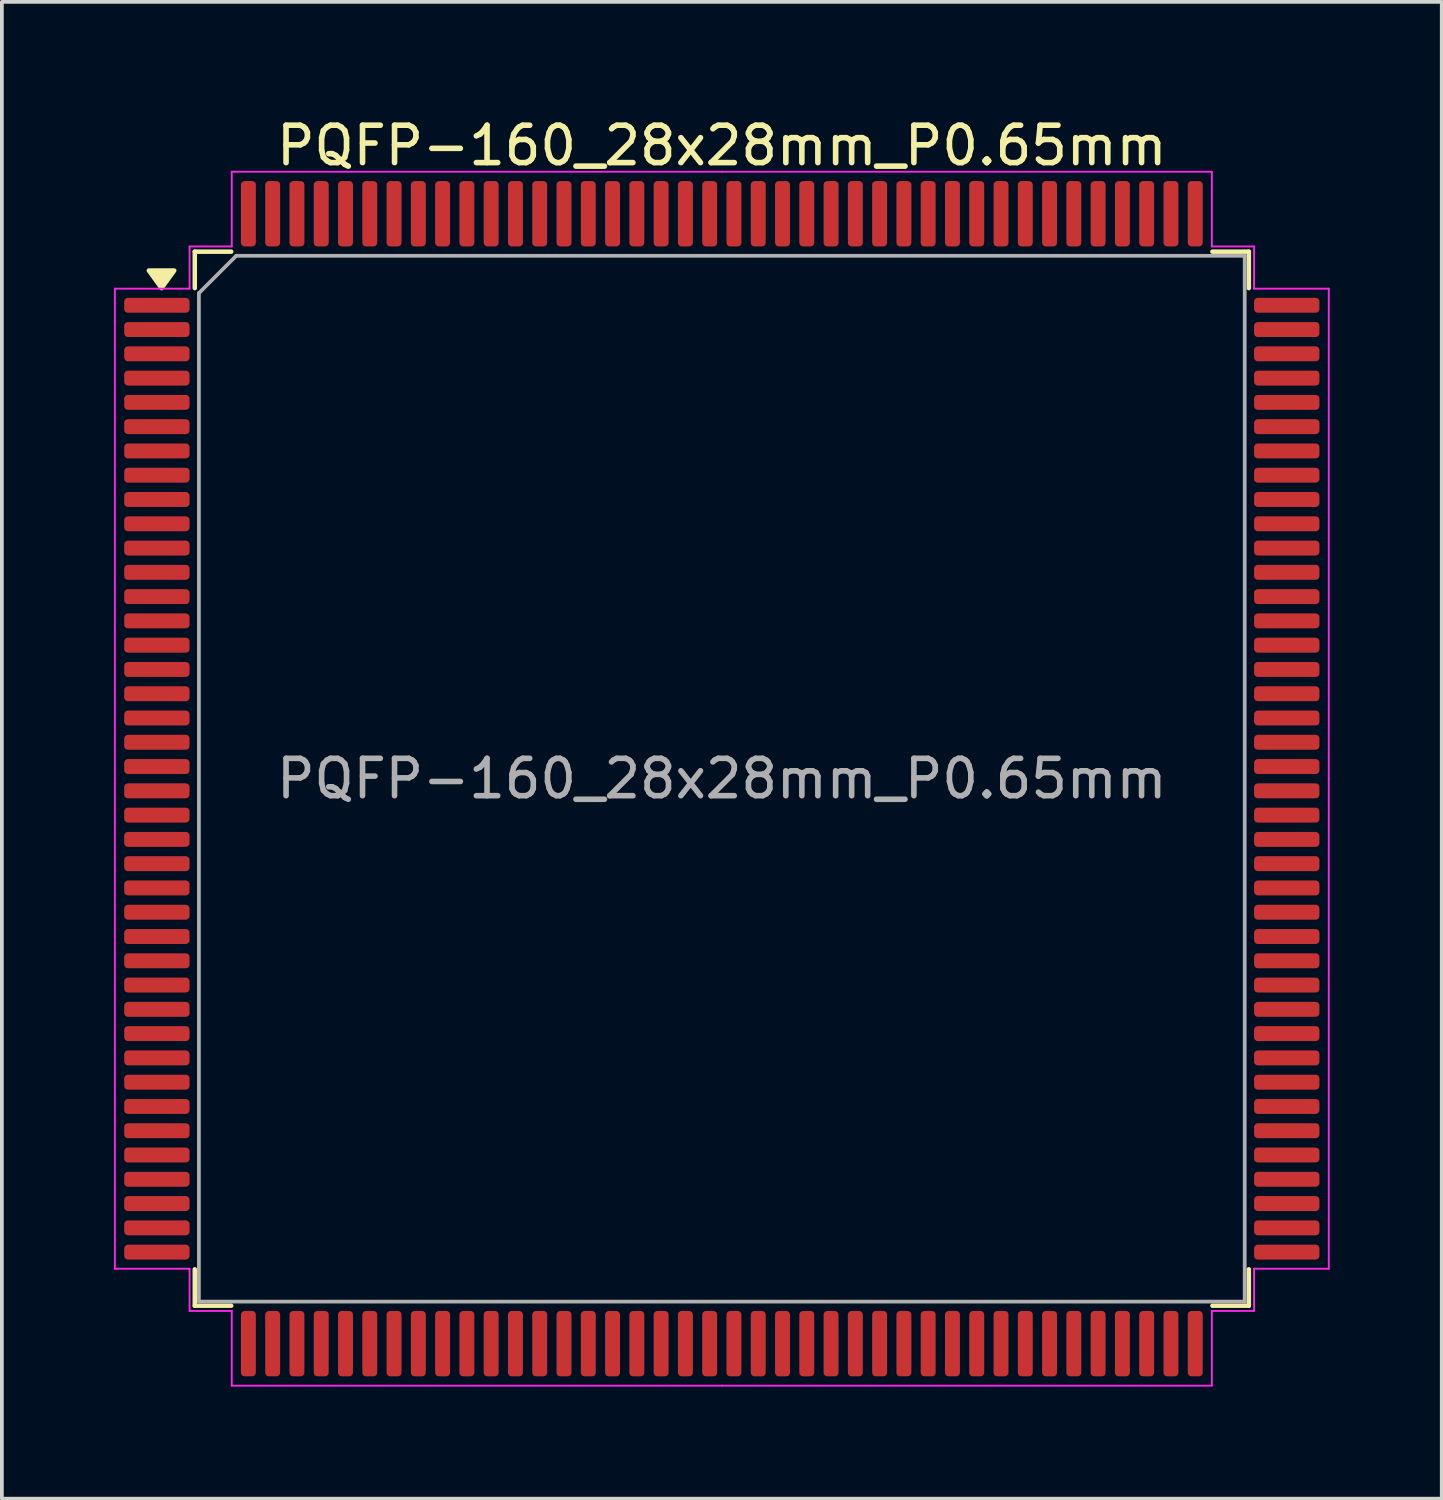
<source format=kicad_pcb>
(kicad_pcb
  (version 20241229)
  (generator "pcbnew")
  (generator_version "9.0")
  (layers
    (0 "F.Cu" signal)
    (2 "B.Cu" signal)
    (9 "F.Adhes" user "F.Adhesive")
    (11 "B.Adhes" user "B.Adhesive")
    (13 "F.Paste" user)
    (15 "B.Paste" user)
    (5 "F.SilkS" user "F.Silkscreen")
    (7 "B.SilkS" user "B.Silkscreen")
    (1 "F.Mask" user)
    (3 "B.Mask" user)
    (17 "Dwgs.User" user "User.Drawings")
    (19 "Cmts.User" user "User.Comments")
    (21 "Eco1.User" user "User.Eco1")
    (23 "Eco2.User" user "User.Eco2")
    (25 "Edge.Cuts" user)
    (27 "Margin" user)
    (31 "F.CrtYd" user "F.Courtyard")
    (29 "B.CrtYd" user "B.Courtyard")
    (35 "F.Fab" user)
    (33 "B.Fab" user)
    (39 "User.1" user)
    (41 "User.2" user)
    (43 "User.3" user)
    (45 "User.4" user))
  (footprint "PQFP-160_28x28mm_P0.65mm"
    (layer "F.Cu")
    (at 16.275 17.798)
    (property "Reference" "PQFP-160_28x28mm_P0.65mm" (at 0 -16.95 0) (layer "F.SilkS") (effects (font (size 1 1) (thickness 0.15))))
    (attr smd)
    (fp_line (start -14.11 -14.11) (end -14.11 -13.135) (stroke (width 0.12) (type solid)) (layer "F.SilkS"))
    (fp_line (start -14.11 14.11) (end -14.11 13.135) (stroke (width 0.12) (type solid)) (layer "F.SilkS"))
    (fp_line (start -13.135 -14.11) (end -14.11 -14.11) (stroke (width 0.12) (type solid)) (layer "F.SilkS"))
    (fp_line (start -13.135 14.11) (end -14.11 14.11) (stroke (width 0.12) (type solid)) (layer "F.SilkS"))
    (fp_line (start 13.135 -14.11) (end 14.11 -14.11) (stroke (width 0.12) (type solid)) (layer "F.SilkS"))
    (fp_line (start 13.135 14.11) (end 14.11 14.11) (stroke (width 0.12) (type solid)) (layer "F.SilkS"))
    (fp_line (start 14.11 -14.11) (end 14.11 -13.135) (stroke (width 0.12) (type solid)) (layer "F.SilkS"))
    (fp_line (start 14.11 14.11) (end 14.11 13.135) (stroke (width 0.12) (type solid)) (layer "F.SilkS"))
    (fp_poly (pts (xy -15 -13.135) (xy -15.34 -13.605) (xy -14.66 -13.605) (xy -15 -13.135)) (stroke (width 0.12) (type solid)) (fill yes) (layer "F.SilkS"))
    (fp_line (start -16.25 -13.12) (end -16.25 0) (stroke (width 0.05) (type solid)) (layer "F.CrtYd"))
    (fp_line (start -16.25 13.12) (end -16.25 0) (stroke (width 0.05) (type solid)) (layer "F.CrtYd"))
    (fp_line (start -14.25 -14.25) (end -14.25 -13.12) (stroke (width 0.05) (type solid)) (layer "F.CrtYd"))
    (fp_line (start -14.25 -13.12) (end -16.25 -13.12) (stroke (width 0.05) (type solid)) (layer "F.CrtYd"))
    (fp_line (start -14.25 13.12) (end -16.25 13.12) (stroke (width 0.05) (type solid)) (layer "F.CrtYd"))
    (fp_line (start -14.25 14.25) (end -14.25 13.12) (stroke (width 0.05) (type solid)) (layer "F.CrtYd"))
    (fp_line (start -13.12 -16.25) (end -13.12 -14.25) (stroke (width 0.05) (type solid)) (layer "F.CrtYd"))
    (fp_line (start -13.12 -14.25) (end -14.25 -14.25) (stroke (width 0.05) (type solid)) (layer "F.CrtYd"))
    (fp_line (start -13.12 14.25) (end -14.25 14.25) (stroke (width 0.05) (type solid)) (layer "F.CrtYd"))
    (fp_line (start -13.12 16.25) (end -13.12 14.25) (stroke (width 0.05) (type solid)) (layer "F.CrtYd"))
    (fp_line (start 0 -16.25) (end -13.12 -16.25) (stroke (width 0.05) (type solid)) (layer "F.CrtYd"))
    (fp_line (start 0 -16.25) (end 13.12 -16.25) (stroke (width 0.05) (type solid)) (layer "F.CrtYd"))
    (fp_line (start 0 16.25) (end -13.12 16.25) (stroke (width 0.05) (type solid)) (layer "F.CrtYd"))
    (fp_line (start 0 16.25) (end 13.12 16.25) (stroke (width 0.05) (type solid)) (layer "F.CrtYd"))
    (fp_line (start 13.12 -16.25) (end 13.12 -14.25) (stroke (width 0.05) (type solid)) (layer "F.CrtYd"))
    (fp_line (start 13.12 -14.25) (end 14.25 -14.25) (stroke (width 0.05) (type solid)) (layer "F.CrtYd"))
    (fp_line (start 13.12 14.25) (end 14.25 14.25) (stroke (width 0.05) (type solid)) (layer "F.CrtYd"))
    (fp_line (start 13.12 16.25) (end 13.12 14.25) (stroke (width 0.05) (type solid)) (layer "F.CrtYd"))
    (fp_line (start 14.25 -14.25) (end 14.25 -13.12) (stroke (width 0.05) (type solid)) (layer "F.CrtYd"))
    (fp_line (start 14.25 -13.12) (end 16.25 -13.12) (stroke (width 0.05) (type solid)) (layer "F.CrtYd"))
    (fp_line (start 14.25 13.12) (end 16.25 13.12) (stroke (width 0.05) (type solid)) (layer "F.CrtYd"))
    (fp_line (start 14.25 14.25) (end 14.25 13.12) (stroke (width 0.05) (type solid)) (layer "F.CrtYd"))
    (fp_line (start 16.25 -13.12) (end 16.25 0) (stroke (width 0.05) (type solid)) (layer "F.CrtYd"))
    (fp_line (start 16.25 13.12) (end 16.25 0) (stroke (width 0.05) (type solid)) (layer "F.CrtYd"))
    (fp_line (start -14 -13) (end -13 -14) (stroke (width 0.1) (type solid)) (layer "F.Fab"))
    (fp_line (start -14 14) (end -14 -13) (stroke (width 0.1) (type solid)) (layer "F.Fab"))
    (fp_line (start -13 -14) (end 14 -14) (stroke (width 0.1) (type solid)) (layer "F.Fab"))
    (fp_line (start 14 -14) (end 14 14) (stroke (width 0.1) (type solid)) (layer "F.Fab"))
    (fp_line (start 14 14) (end -14 14) (stroke (width 0.1) (type solid)) (layer "F.Fab"))
    (fp_text user "${REFERENCE}" (at 0 0 0) (layer "F.Fab") (effects (font (size 1 1) (thickness 0.15))))
    (pad "1" smd roundrect (at -15.125 -12.675) (size 1.75 0.4) (layers "F.Cu" "F.Mask" "F.Paste") (roundrect_rratio 0.25))
    (pad "2" smd roundrect (at -15.125 -12.025) (size 1.75 0.4) (layers "F.Cu" "F.Mask" "F.Paste") (roundrect_rratio 0.25))
    (pad "3" smd roundrect (at -15.125 -11.375) (size 1.75 0.4) (layers "F.Cu" "F.Mask" "F.Paste") (roundrect_rratio 0.25))
    (pad "4" smd roundrect (at -15.125 -10.725) (size 1.75 0.4) (layers "F.Cu" "F.Mask" "F.Paste") (roundrect_rratio 0.25))
    (pad "5" smd roundrect (at -15.125 -10.075) (size 1.75 0.4) (layers "F.Cu" "F.Mask" "F.Paste") (roundrect_rratio 0.25))
    (pad "6" smd roundrect (at -15.125 -9.425) (size 1.75 0.4) (layers "F.Cu" "F.Mask" "F.Paste") (roundrect_rratio 0.25))
    (pad "7" smd roundrect (at -15.125 -8.775) (size 1.75 0.4) (layers "F.Cu" "F.Mask" "F.Paste") (roundrect_rratio 0.25))
    (pad "8" smd roundrect (at -15.125 -8.125) (size 1.75 0.4) (layers "F.Cu" "F.Mask" "F.Paste") (roundrect_rratio 0.25))
    (pad "9" smd roundrect (at -15.125 -7.475) (size 1.75 0.4) (layers "F.Cu" "F.Mask" "F.Paste") (roundrect_rratio 0.25))
    (pad "10" smd roundrect (at -15.125 -6.825) (size 1.75 0.4) (layers "F.Cu" "F.Mask" "F.Paste") (roundrect_rratio 0.25))
    (pad "11" smd roundrect (at -15.125 -6.175) (size 1.75 0.4) (layers "F.Cu" "F.Mask" "F.Paste") (roundrect_rratio 0.25))
    (pad "12" smd roundrect (at -15.125 -5.525) (size 1.75 0.4) (layers "F.Cu" "F.Mask" "F.Paste") (roundrect_rratio 0.25))
    (pad "13" smd roundrect (at -15.125 -4.875) (size 1.75 0.4) (layers "F.Cu" "F.Mask" "F.Paste") (roundrect_rratio 0.25))
    (pad "14" smd roundrect (at -15.125 -4.225) (size 1.75 0.4) (layers "F.Cu" "F.Mask" "F.Paste") (roundrect_rratio 0.25))
    (pad "15" smd roundrect (at -15.125 -3.575) (size 1.75 0.4) (layers "F.Cu" "F.Mask" "F.Paste") (roundrect_rratio 0.25))
    (pad "16" smd roundrect (at -15.125 -2.925) (size 1.75 0.4) (layers "F.Cu" "F.Mask" "F.Paste") (roundrect_rratio 0.25))
    (pad "17" smd roundrect (at -15.125 -2.275) (size 1.75 0.4) (layers "F.Cu" "F.Mask" "F.Paste") (roundrect_rratio 0.25))
    (pad "18" smd roundrect (at -15.125 -1.625) (size 1.75 0.4) (layers "F.Cu" "F.Mask" "F.Paste") (roundrect_rratio 0.25))
    (pad "19" smd roundrect (at -15.125 -0.975) (size 1.75 0.4) (layers "F.Cu" "F.Mask" "F.Paste") (roundrect_rratio 0.25))
    (pad "20" smd roundrect (at -15.125 -0.325) (size 1.75 0.4) (layers "F.Cu" "F.Mask" "F.Paste") (roundrect_rratio 0.25))
    (pad "21" smd roundrect (at -15.125 0.325) (size 1.75 0.4) (layers "F.Cu" "F.Mask" "F.Paste") (roundrect_rratio 0.25))
    (pad "22" smd roundrect (at -15.125 0.975) (size 1.75 0.4) (layers "F.Cu" "F.Mask" "F.Paste") (roundrect_rratio 0.25))
    (pad "23" smd roundrect (at -15.125 1.625) (size 1.75 0.4) (layers "F.Cu" "F.Mask" "F.Paste") (roundrect_rratio 0.25))
    (pad "24" smd roundrect (at -15.125 2.275) (size 1.75 0.4) (layers "F.Cu" "F.Mask" "F.Paste") (roundrect_rratio 0.25))
    (pad "25" smd roundrect (at -15.125 2.925) (size 1.75 0.4) (layers "F.Cu" "F.Mask" "F.Paste") (roundrect_rratio 0.25))
    (pad "26" smd roundrect (at -15.125 3.575) (size 1.75 0.4) (layers "F.Cu" "F.Mask" "F.Paste") (roundrect_rratio 0.25))
    (pad "27" smd roundrect (at -15.125 4.225) (size 1.75 0.4) (layers "F.Cu" "F.Mask" "F.Paste") (roundrect_rratio 0.25))
    (pad "28" smd roundrect (at -15.125 4.875) (size 1.75 0.4) (layers "F.Cu" "F.Mask" "F.Paste") (roundrect_rratio 0.25))
    (pad "29" smd roundrect (at -15.125 5.525) (size 1.75 0.4) (layers "F.Cu" "F.Mask" "F.Paste") (roundrect_rratio 0.25))
    (pad "30" smd roundrect (at -15.125 6.175) (size 1.75 0.4) (layers "F.Cu" "F.Mask" "F.Paste") (roundrect_rratio 0.25))
    (pad "31" smd roundrect (at -15.125 6.825) (size 1.75 0.4) (layers "F.Cu" "F.Mask" "F.Paste") (roundrect_rratio 0.25))
    (pad "32" smd roundrect (at -15.125 7.475) (size 1.75 0.4) (layers "F.Cu" "F.Mask" "F.Paste") (roundrect_rratio 0.25))
    (pad "33" smd roundrect (at -15.125 8.125) (size 1.75 0.4) (layers "F.Cu" "F.Mask" "F.Paste") (roundrect_rratio 0.25))
    (pad "34" smd roundrect (at -15.125 8.775) (size 1.75 0.4) (layers "F.Cu" "F.Mask" "F.Paste") (roundrect_rratio 0.25))
    (pad "35" smd roundrect (at -15.125 9.425) (size 1.75 0.4) (layers "F.Cu" "F.Mask" "F.Paste") (roundrect_rratio 0.25))
    (pad "36" smd roundrect (at -15.125 10.075) (size 1.75 0.4) (layers "F.Cu" "F.Mask" "F.Paste") (roundrect_rratio 0.25))
    (pad "37" smd roundrect (at -15.125 10.725) (size 1.75 0.4) (layers "F.Cu" "F.Mask" "F.Paste") (roundrect_rratio 0.25))
    (pad "38" smd roundrect (at -15.125 11.375) (size 1.75 0.4) (layers "F.Cu" "F.Mask" "F.Paste") (roundrect_rratio 0.25))
    (pad "39" smd roundrect (at -15.125 12.025) (size 1.75 0.4) (layers "F.Cu" "F.Mask" "F.Paste") (roundrect_rratio 0.25))
    (pad "40" smd roundrect (at -15.125 12.675) (size 1.75 0.4) (layers "F.Cu" "F.Mask" "F.Paste") (roundrect_rratio 0.25))
    (pad "41" smd roundrect (at -12.675 15.125) (size 0.4 1.75) (layers "F.Cu" "F.Mask" "F.Paste") (roundrect_rratio 0.25))
    (pad "42" smd roundrect (at -12.025 15.125) (size 0.4 1.75) (layers "F.Cu" "F.Mask" "F.Paste") (roundrect_rratio 0.25))
    (pad "43" smd roundrect (at -11.375 15.125) (size 0.4 1.75) (layers "F.Cu" "F.Mask" "F.Paste") (roundrect_rratio 0.25))
    (pad "44" smd roundrect (at -10.725 15.125) (size 0.4 1.75) (layers "F.Cu" "F.Mask" "F.Paste") (roundrect_rratio 0.25))
    (pad "45" smd roundrect (at -10.075 15.125) (size 0.4 1.75) (layers "F.Cu" "F.Mask" "F.Paste") (roundrect_rratio 0.25))
    (pad "46" smd roundrect (at -9.425 15.125) (size 0.4 1.75) (layers "F.Cu" "F.Mask" "F.Paste") (roundrect_rratio 0.25))
    (pad "47" smd roundrect (at -8.775 15.125) (size 0.4 1.75) (layers "F.Cu" "F.Mask" "F.Paste") (roundrect_rratio 0.25))
    (pad "48" smd roundrect (at -8.125 15.125) (size 0.4 1.75) (layers "F.Cu" "F.Mask" "F.Paste") (roundrect_rratio 0.25))
    (pad "49" smd roundrect (at -7.475 15.125) (size 0.4 1.75) (layers "F.Cu" "F.Mask" "F.Paste") (roundrect_rratio 0.25))
    (pad "50" smd roundrect (at -6.825 15.125) (size 0.4 1.75) (layers "F.Cu" "F.Mask" "F.Paste") (roundrect_rratio 0.25))
    (pad "51" smd roundrect (at -6.175 15.125) (size 0.4 1.75) (layers "F.Cu" "F.Mask" "F.Paste") (roundrect_rratio 0.25))
    (pad "52" smd roundrect (at -5.525 15.125) (size 0.4 1.75) (layers "F.Cu" "F.Mask" "F.Paste") (roundrect_rratio 0.25))
    (pad "53" smd roundrect (at -4.875 15.125) (size 0.4 1.75) (layers "F.Cu" "F.Mask" "F.Paste") (roundrect_rratio 0.25))
    (pad "54" smd roundrect (at -4.225 15.125) (size 0.4 1.75) (layers "F.Cu" "F.Mask" "F.Paste") (roundrect_rratio 0.25))
    (pad "55" smd roundrect (at -3.575 15.125) (size 0.4 1.75) (layers "F.Cu" "F.Mask" "F.Paste") (roundrect_rratio 0.25))
    (pad "56" smd roundrect (at -2.925 15.125) (size 0.4 1.75) (layers "F.Cu" "F.Mask" "F.Paste") (roundrect_rratio 0.25))
    (pad "57" smd roundrect (at -2.275 15.125) (size 0.4 1.75) (layers "F.Cu" "F.Mask" "F.Paste") (roundrect_rratio 0.25))
    (pad "58" smd roundrect (at -1.625 15.125) (size 0.4 1.75) (layers "F.Cu" "F.Mask" "F.Paste") (roundrect_rratio 0.25))
    (pad "59" smd roundrect (at -0.975 15.125) (size 0.4 1.75) (layers "F.Cu" "F.Mask" "F.Paste") (roundrect_rratio 0.25))
    (pad "60" smd roundrect (at -0.325 15.125) (size 0.4 1.75) (layers "F.Cu" "F.Mask" "F.Paste") (roundrect_rratio 0.25))
    (pad "61" smd roundrect (at 0.325 15.125) (size 0.4 1.75) (layers "F.Cu" "F.Mask" "F.Paste") (roundrect_rratio 0.25))
    (pad "62" smd roundrect (at 0.975 15.125) (size 0.4 1.75) (layers "F.Cu" "F.Mask" "F.Paste") (roundrect_rratio 0.25))
    (pad "63" smd roundrect (at 1.625 15.125) (size 0.4 1.75) (layers "F.Cu" "F.Mask" "F.Paste") (roundrect_rratio 0.25))
    (pad "64" smd roundrect (at 2.275 15.125) (size 0.4 1.75) (layers "F.Cu" "F.Mask" "F.Paste") (roundrect_rratio 0.25))
    (pad "65" smd roundrect (at 2.925 15.125) (size 0.4 1.75) (layers "F.Cu" "F.Mask" "F.Paste") (roundrect_rratio 0.25))
    (pad "66" smd roundrect (at 3.575 15.125) (size 0.4 1.75) (layers "F.Cu" "F.Mask" "F.Paste") (roundrect_rratio 0.25))
    (pad "67" smd roundrect (at 4.225 15.125) (size 0.4 1.75) (layers "F.Cu" "F.Mask" "F.Paste") (roundrect_rratio 0.25))
    (pad "68" smd roundrect (at 4.875 15.125) (size 0.4 1.75) (layers "F.Cu" "F.Mask" "F.Paste") (roundrect_rratio 0.25))
    (pad "69" smd roundrect (at 5.525 15.125) (size 0.4 1.75) (layers "F.Cu" "F.Mask" "F.Paste") (roundrect_rratio 0.25))
    (pad "70" smd roundrect (at 6.175 15.125) (size 0.4 1.75) (layers "F.Cu" "F.Mask" "F.Paste") (roundrect_rratio 0.25))
    (pad "71" smd roundrect (at 6.825 15.125) (size 0.4 1.75) (layers "F.Cu" "F.Mask" "F.Paste") (roundrect_rratio 0.25))
    (pad "72" smd roundrect (at 7.475 15.125) (size 0.4 1.75) (layers "F.Cu" "F.Mask" "F.Paste") (roundrect_rratio 0.25))
    (pad "73" smd roundrect (at 8.125 15.125) (size 0.4 1.75) (layers "F.Cu" "F.Mask" "F.Paste") (roundrect_rratio 0.25))
    (pad "74" smd roundrect (at 8.775 15.125) (size 0.4 1.75) (layers "F.Cu" "F.Mask" "F.Paste") (roundrect_rratio 0.25))
    (pad "75" smd roundrect (at 9.425 15.125) (size 0.4 1.75) (layers "F.Cu" "F.Mask" "F.Paste") (roundrect_rratio 0.25))
    (pad "76" smd roundrect (at 10.075 15.125) (size 0.4 1.75) (layers "F.Cu" "F.Mask" "F.Paste") (roundrect_rratio 0.25))
    (pad "77" smd roundrect (at 10.725 15.125) (size 0.4 1.75) (layers "F.Cu" "F.Mask" "F.Paste") (roundrect_rratio 0.25))
    (pad "78" smd roundrect (at 11.375 15.125) (size 0.4 1.75) (layers "F.Cu" "F.Mask" "F.Paste") (roundrect_rratio 0.25))
    (pad "79" smd roundrect (at 12.025 15.125) (size 0.4 1.75) (layers "F.Cu" "F.Mask" "F.Paste") (roundrect_rratio 0.25))
    (pad "80" smd roundrect (at 12.675 15.125) (size 0.4 1.75) (layers "F.Cu" "F.Mask" "F.Paste") (roundrect_rratio 0.25))
    (pad "81" smd roundrect (at 15.125 12.675) (size 1.75 0.4) (layers "F.Cu" "F.Mask" "F.Paste") (roundrect_rratio 0.25))
    (pad "82" smd roundrect (at 15.125 12.025) (size 1.75 0.4) (layers "F.Cu" "F.Mask" "F.Paste") (roundrect_rratio 0.25))
    (pad "83" smd roundrect (at 15.125 11.375) (size 1.75 0.4) (layers "F.Cu" "F.Mask" "F.Paste") (roundrect_rratio 0.25))
    (pad "84" smd roundrect (at 15.125 10.725) (size 1.75 0.4) (layers "F.Cu" "F.Mask" "F.Paste") (roundrect_rratio 0.25))
    (pad "85" smd roundrect (at 15.125 10.075) (size 1.75 0.4) (layers "F.Cu" "F.Mask" "F.Paste") (roundrect_rratio 0.25))
    (pad "86" smd roundrect (at 15.125 9.425) (size 1.75 0.4) (layers "F.Cu" "F.Mask" "F.Paste") (roundrect_rratio 0.25))
    (pad "87" smd roundrect (at 15.125 8.775) (size 1.75 0.4) (layers "F.Cu" "F.Mask" "F.Paste") (roundrect_rratio 0.25))
    (pad "88" smd roundrect (at 15.125 8.125) (size 1.75 0.4) (layers "F.Cu" "F.Mask" "F.Paste") (roundrect_rratio 0.25))
    (pad "89" smd roundrect (at 15.125 7.475) (size 1.75 0.4) (layers "F.Cu" "F.Mask" "F.Paste") (roundrect_rratio 0.25))
    (pad "90" smd roundrect (at 15.125 6.825) (size 1.75 0.4) (layers "F.Cu" "F.Mask" "F.Paste") (roundrect_rratio 0.25))
    (pad "91" smd roundrect (at 15.125 6.175) (size 1.75 0.4) (layers "F.Cu" "F.Mask" "F.Paste") (roundrect_rratio 0.25))
    (pad "92" smd roundrect (at 15.125 5.525) (size 1.75 0.4) (layers "F.Cu" "F.Mask" "F.Paste") (roundrect_rratio 0.25))
    (pad "93" smd roundrect (at 15.125 4.875) (size 1.75 0.4) (layers "F.Cu" "F.Mask" "F.Paste") (roundrect_rratio 0.25))
    (pad "94" smd roundrect (at 15.125 4.225) (size 1.75 0.4) (layers "F.Cu" "F.Mask" "F.Paste") (roundrect_rratio 0.25))
    (pad "95" smd roundrect (at 15.125 3.575) (size 1.75 0.4) (layers "F.Cu" "F.Mask" "F.Paste") (roundrect_rratio 0.25))
    (pad "96" smd roundrect (at 15.125 2.925) (size 1.75 0.4) (layers "F.Cu" "F.Mask" "F.Paste") (roundrect_rratio 0.25))
    (pad "97" smd roundrect (at 15.125 2.275) (size 1.75 0.4) (layers "F.Cu" "F.Mask" "F.Paste") (roundrect_rratio 0.25))
    (pad "98" smd roundrect (at 15.125 1.625) (size 1.75 0.4) (layers "F.Cu" "F.Mask" "F.Paste") (roundrect_rratio 0.25))
    (pad "99" smd roundrect (at 15.125 0.975) (size 1.75 0.4) (layers "F.Cu" "F.Mask" "F.Paste") (roundrect_rratio 0.25))
    (pad "100" smd roundrect (at 15.125 0.325) (size 1.75 0.4) (layers "F.Cu" "F.Mask" "F.Paste") (roundrect_rratio 0.25))
    (pad "101" smd roundrect (at 15.125 -0.325) (size 1.75 0.4) (layers "F.Cu" "F.Mask" "F.Paste") (roundrect_rratio 0.25))
    (pad "102" smd roundrect (at 15.125 -0.975) (size 1.75 0.4) (layers "F.Cu" "F.Mask" "F.Paste") (roundrect_rratio 0.25))
    (pad "103" smd roundrect (at 15.125 -1.625) (size 1.75 0.4) (layers "F.Cu" "F.Mask" "F.Paste") (roundrect_rratio 0.25))
    (pad "104" smd roundrect (at 15.125 -2.275) (size 1.75 0.4) (layers "F.Cu" "F.Mask" "F.Paste") (roundrect_rratio 0.25))
    (pad "105" smd roundrect (at 15.125 -2.925) (size 1.75 0.4) (layers "F.Cu" "F.Mask" "F.Paste") (roundrect_rratio 0.25))
    (pad "106" smd roundrect (at 15.125 -3.575) (size 1.75 0.4) (layers "F.Cu" "F.Mask" "F.Paste") (roundrect_rratio 0.25))
    (pad "107" smd roundrect (at 15.125 -4.225) (size 1.75 0.4) (layers "F.Cu" "F.Mask" "F.Paste") (roundrect_rratio 0.25))
    (pad "108" smd roundrect (at 15.125 -4.875) (size 1.75 0.4) (layers "F.Cu" "F.Mask" "F.Paste") (roundrect_rratio 0.25))
    (pad "109" smd roundrect (at 15.125 -5.525) (size 1.75 0.4) (layers "F.Cu" "F.Mask" "F.Paste") (roundrect_rratio 0.25))
    (pad "110" smd roundrect (at 15.125 -6.175) (size 1.75 0.4) (layers "F.Cu" "F.Mask" "F.Paste") (roundrect_rratio 0.25))
    (pad "111" smd roundrect (at 15.125 -6.825) (size 1.75 0.4) (layers "F.Cu" "F.Mask" "F.Paste") (roundrect_rratio 0.25))
    (pad "112" smd roundrect (at 15.125 -7.475) (size 1.75 0.4) (layers "F.Cu" "F.Mask" "F.Paste") (roundrect_rratio 0.25))
    (pad "113" smd roundrect (at 15.125 -8.125) (size 1.75 0.4) (layers "F.Cu" "F.Mask" "F.Paste") (roundrect_rratio 0.25))
    (pad "114" smd roundrect (at 15.125 -8.775) (size 1.75 0.4) (layers "F.Cu" "F.Mask" "F.Paste") (roundrect_rratio 0.25))
    (pad "115" smd roundrect (at 15.125 -9.425) (size 1.75 0.4) (layers "F.Cu" "F.Mask" "F.Paste") (roundrect_rratio 0.25))
    (pad "116" smd roundrect (at 15.125 -10.075) (size 1.75 0.4) (layers "F.Cu" "F.Mask" "F.Paste") (roundrect_rratio 0.25))
    (pad "117" smd roundrect (at 15.125 -10.725) (size 1.75 0.4) (layers "F.Cu" "F.Mask" "F.Paste") (roundrect_rratio 0.25))
    (pad "118" smd roundrect (at 15.125 -11.375) (size 1.75 0.4) (layers "F.Cu" "F.Mask" "F.Paste") (roundrect_rratio 0.25))
    (pad "119" smd roundrect (at 15.125 -12.025) (size 1.75 0.4) (layers "F.Cu" "F.Mask" "F.Paste") (roundrect_rratio 0.25))
    (pad "120" smd roundrect (at 15.125 -12.675) (size 1.75 0.4) (layers "F.Cu" "F.Mask" "F.Paste") (roundrect_rratio 0.25))
    (pad "121" smd roundrect (at 12.675 -15.125) (size 0.4 1.75) (layers "F.Cu" "F.Mask" "F.Paste") (roundrect_rratio 0.25))
    (pad "122" smd roundrect (at 12.025 -15.125) (size 0.4 1.75) (layers "F.Cu" "F.Mask" "F.Paste") (roundrect_rratio 0.25))
    (pad "123" smd roundrect (at 11.375 -15.125) (size 0.4 1.75) (layers "F.Cu" "F.Mask" "F.Paste") (roundrect_rratio 0.25))
    (pad "124" smd roundrect (at 10.725 -15.125) (size 0.4 1.75) (layers "F.Cu" "F.Mask" "F.Paste") (roundrect_rratio 0.25))
    (pad "125" smd roundrect (at 10.075 -15.125) (size 0.4 1.75) (layers "F.Cu" "F.Mask" "F.Paste") (roundrect_rratio 0.25))
    (pad "126" smd roundrect (at 9.425 -15.125) (size 0.4 1.75) (layers "F.Cu" "F.Mask" "F.Paste") (roundrect_rratio 0.25))
    (pad "127" smd roundrect (at 8.775 -15.125) (size 0.4 1.75) (layers "F.Cu" "F.Mask" "F.Paste") (roundrect_rratio 0.25))
    (pad "128" smd roundrect (at 8.125 -15.125) (size 0.4 1.75) (layers "F.Cu" "F.Mask" "F.Paste") (roundrect_rratio 0.25))
    (pad "129" smd roundrect (at 7.475 -15.125) (size 0.4 1.75) (layers "F.Cu" "F.Mask" "F.Paste") (roundrect_rratio 0.25))
    (pad "130" smd roundrect (at 6.825 -15.125) (size 0.4 1.75) (layers "F.Cu" "F.Mask" "F.Paste") (roundrect_rratio 0.25))
    (pad "131" smd roundrect (at 6.175 -15.125) (size 0.4 1.75) (layers "F.Cu" "F.Mask" "F.Paste") (roundrect_rratio 0.25))
    (pad "132" smd roundrect (at 5.525 -15.125) (size 0.4 1.75) (layers "F.Cu" "F.Mask" "F.Paste") (roundrect_rratio 0.25))
    (pad "133" smd roundrect (at 4.875 -15.125) (size 0.4 1.75) (layers "F.Cu" "F.Mask" "F.Paste") (roundrect_rratio 0.25))
    (pad "134" smd roundrect (at 4.225 -15.125) (size 0.4 1.75) (layers "F.Cu" "F.Mask" "F.Paste") (roundrect_rratio 0.25))
    (pad "135" smd roundrect (at 3.575 -15.125) (size 0.4 1.75) (layers "F.Cu" "F.Mask" "F.Paste") (roundrect_rratio 0.25))
    (pad "136" smd roundrect (at 2.925 -15.125) (size 0.4 1.75) (layers "F.Cu" "F.Mask" "F.Paste") (roundrect_rratio 0.25))
    (pad "137" smd roundrect (at 2.275 -15.125) (size 0.4 1.75) (layers "F.Cu" "F.Mask" "F.Paste") (roundrect_rratio 0.25))
    (pad "138" smd roundrect (at 1.625 -15.125) (size 0.4 1.75) (layers "F.Cu" "F.Mask" "F.Paste") (roundrect_rratio 0.25))
    (pad "139" smd roundrect (at 0.975 -15.125) (size 0.4 1.75) (layers "F.Cu" "F.Mask" "F.Paste") (roundrect_rratio 0.25))
    (pad "140" smd roundrect (at 0.325 -15.125) (size 0.4 1.75) (layers "F.Cu" "F.Mask" "F.Paste") (roundrect_rratio 0.25))
    (pad "141" smd roundrect (at -0.325 -15.125) (size 0.4 1.75) (layers "F.Cu" "F.Mask" "F.Paste") (roundrect_rratio 0.25))
    (pad "142" smd roundrect (at -0.975 -15.125) (size 0.4 1.75) (layers "F.Cu" "F.Mask" "F.Paste") (roundrect_rratio 0.25))
    (pad "143" smd roundrect (at -1.625 -15.125) (size 0.4 1.75) (layers "F.Cu" "F.Mask" "F.Paste") (roundrect_rratio 0.25))
    (pad "144" smd roundrect (at -2.275 -15.125) (size 0.4 1.75) (layers "F.Cu" "F.Mask" "F.Paste") (roundrect_rratio 0.25))
    (pad "145" smd roundrect (at -2.925 -15.125) (size 0.4 1.75) (layers "F.Cu" "F.Mask" "F.Paste") (roundrect_rratio 0.25))
    (pad "146" smd roundrect (at -3.575 -15.125) (size 0.4 1.75) (layers "F.Cu" "F.Mask" "F.Paste") (roundrect_rratio 0.25))
    (pad "147" smd roundrect (at -4.225 -15.125) (size 0.4 1.75) (layers "F.Cu" "F.Mask" "F.Paste") (roundrect_rratio 0.25))
    (pad "148" smd roundrect (at -4.875 -15.125) (size 0.4 1.75) (layers "F.Cu" "F.Mask" "F.Paste") (roundrect_rratio 0.25))
    (pad "149" smd roundrect (at -5.525 -15.125) (size 0.4 1.75) (layers "F.Cu" "F.Mask" "F.Paste") (roundrect_rratio 0.25))
    (pad "150" smd roundrect (at -6.175 -15.125) (size 0.4 1.75) (layers "F.Cu" "F.Mask" "F.Paste") (roundrect_rratio 0.25))
    (pad "151" smd roundrect (at -6.825 -15.125) (size 0.4 1.75) (layers "F.Cu" "F.Mask" "F.Paste") (roundrect_rratio 0.25))
    (pad "152" smd roundrect (at -7.475 -15.125) (size 0.4 1.75) (layers "F.Cu" "F.Mask" "F.Paste") (roundrect_rratio 0.25))
    (pad "153" smd roundrect (at -8.125 -15.125) (size 0.4 1.75) (layers "F.Cu" "F.Mask" "F.Paste") (roundrect_rratio 0.25))
    (pad "154" smd roundrect (at -8.775 -15.125) (size 0.4 1.75) (layers "F.Cu" "F.Mask" "F.Paste") (roundrect_rratio 0.25))
    (pad "155" smd roundrect (at -9.425 -15.125) (size 0.4 1.75) (layers "F.Cu" "F.Mask" "F.Paste") (roundrect_rratio 0.25))
    (pad "156" smd roundrect (at -10.075 -15.125) (size 0.4 1.75) (layers "F.Cu" "F.Mask" "F.Paste") (roundrect_rratio 0.25))
    (pad "157" smd roundrect (at -10.725 -15.125) (size 0.4 1.75) (layers "F.Cu" "F.Mask" "F.Paste") (roundrect_rratio 0.25))
    (pad "158" smd roundrect (at -11.375 -15.125) (size 0.4 1.75) (layers "F.Cu" "F.Mask" "F.Paste") (roundrect_rratio 0.25))
    (pad "159" smd roundrect (at -12.025 -15.125) (size 0.4 1.75) (layers "F.Cu" "F.Mask" "F.Paste") (roundrect_rratio 0.25))
    (pad "160" smd roundrect (at -12.675 -15.125) (size 0.4 1.75) (layers "F.Cu" "F.Mask" "F.Paste") (roundrect_rratio 0.25)))
  (gr_rect
    (start -3 -3)
    (end 35.55 37.073)
    (stroke (width 0.1) (type default))
    (fill no)
    (layer "Edge.Cuts")))
</source>
